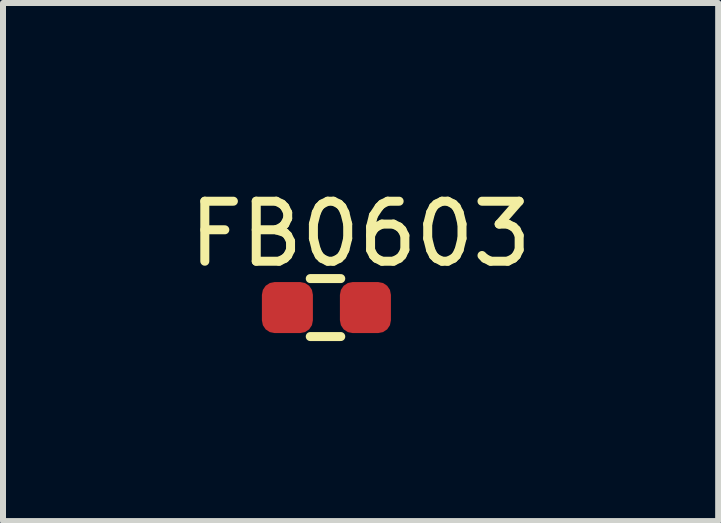
<source format=kicad_pcb>
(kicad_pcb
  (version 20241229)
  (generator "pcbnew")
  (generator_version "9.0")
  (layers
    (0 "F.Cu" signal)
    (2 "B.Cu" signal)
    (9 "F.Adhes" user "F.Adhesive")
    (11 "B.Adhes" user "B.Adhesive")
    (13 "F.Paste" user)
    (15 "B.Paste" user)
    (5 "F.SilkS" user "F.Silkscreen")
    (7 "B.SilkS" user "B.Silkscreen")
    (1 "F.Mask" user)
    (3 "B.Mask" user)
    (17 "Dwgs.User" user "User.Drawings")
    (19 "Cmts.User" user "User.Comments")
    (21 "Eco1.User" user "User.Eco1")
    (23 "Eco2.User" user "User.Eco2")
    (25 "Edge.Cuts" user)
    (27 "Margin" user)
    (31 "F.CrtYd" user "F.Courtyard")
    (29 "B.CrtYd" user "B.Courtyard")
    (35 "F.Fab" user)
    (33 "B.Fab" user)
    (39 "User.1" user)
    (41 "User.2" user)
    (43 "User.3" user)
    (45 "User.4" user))
  (footprint "FB0603"
    (layer "F.Cu")
    (at 1.739 2.075)
    (property "Reference" "FB0603" (at 1.219 -1.227 0) (layer "F.SilkS") (effects (font (size 1 1) (thickness 0.15))))
    (attr through_hole)
    (fp_line (start 0.381 -0.483) (end 0.889 -0.483) (stroke (width 0.15) (type solid)) (layer "F.SilkS"))
    (fp_line (start 0.381 0.483) (end 0.889 0.483) (stroke (width 0.15) (type solid)) (layer "F.SilkS"))
    (pad "1" smd roundrect (at 0 0) (size 0.85 0.85) (layers "F.Cu" "F.Mask" "F.Paste") (roundrect_rratio 0.25))
    (pad "2" smd roundrect (at 1.3 0) (size 0.85 0.85) (layers "F.Cu" "F.Mask" "F.Paste") (roundrect_rratio 0.25)))
  (gr_rect
    (start -3 -3)
    (end 8.917 5.633)
    (stroke (width 0.1) (type default))
    (fill no)
    (layer "Edge.Cuts")))
</source>
